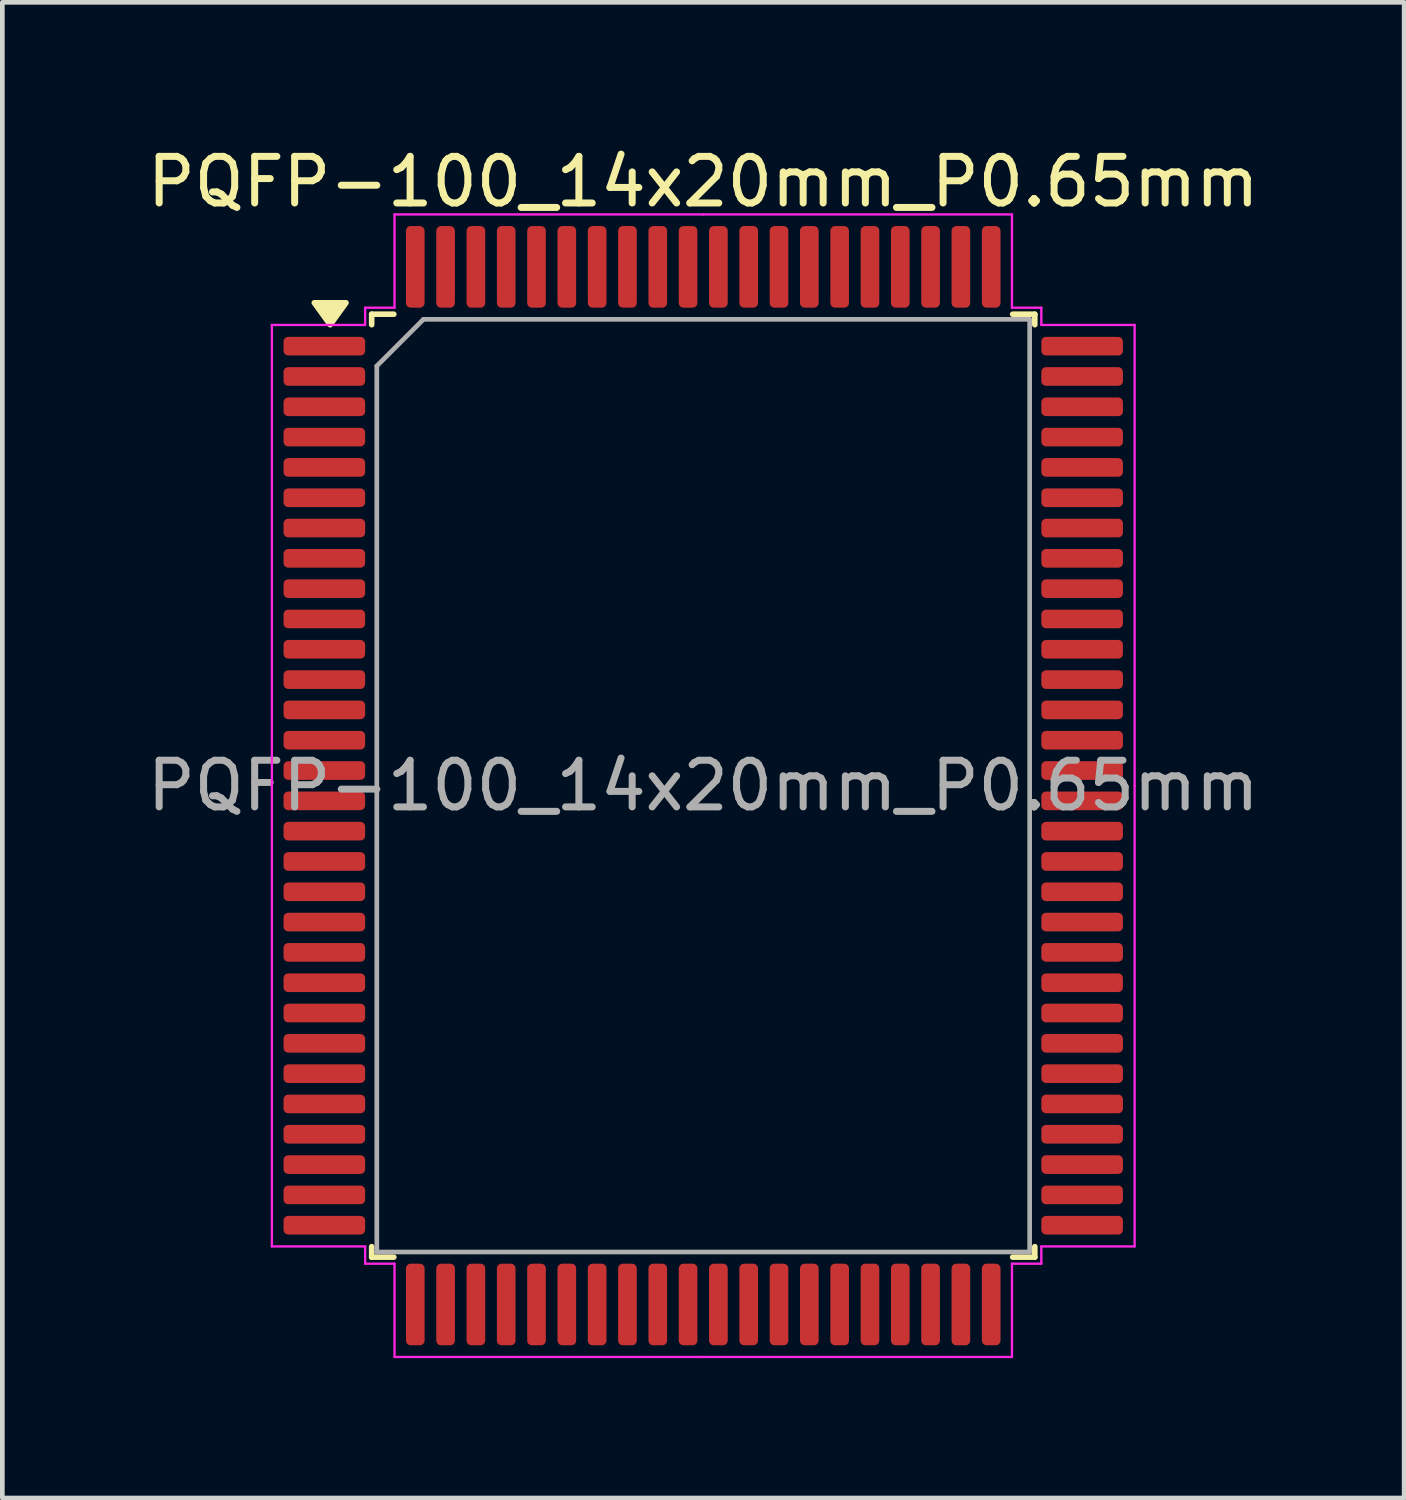
<source format=kicad_pcb>
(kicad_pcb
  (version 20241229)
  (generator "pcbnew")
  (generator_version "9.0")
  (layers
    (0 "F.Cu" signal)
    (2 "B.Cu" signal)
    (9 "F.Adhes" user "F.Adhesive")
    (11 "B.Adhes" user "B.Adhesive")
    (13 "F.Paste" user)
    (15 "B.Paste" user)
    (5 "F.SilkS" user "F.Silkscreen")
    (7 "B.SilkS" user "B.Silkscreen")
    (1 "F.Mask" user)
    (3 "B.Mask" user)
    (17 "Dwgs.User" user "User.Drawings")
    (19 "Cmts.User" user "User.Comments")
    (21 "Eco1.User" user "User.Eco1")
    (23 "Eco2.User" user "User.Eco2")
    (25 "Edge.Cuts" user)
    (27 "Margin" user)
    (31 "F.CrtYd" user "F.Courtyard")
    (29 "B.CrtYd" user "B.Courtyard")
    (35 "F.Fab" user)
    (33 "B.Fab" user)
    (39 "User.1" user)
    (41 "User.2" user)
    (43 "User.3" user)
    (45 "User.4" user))
  (footprint "PQFP-100_14x20mm_P0.65mm"
    (layer "F.Cu")
    (at 12.03 13.798)
    (property "Reference" "PQFP-100_14x20mm_P0.65mm" (at 0 -12.95 0) (layer "F.SilkS") (effects (font (size 1 1) (thickness 0.15))))
    (attr smd allow_soldermask_bridges)
    (fp_line (start -7.11 -10.11) (end -7.11 -9.885) (stroke (width 0.12) (type solid)) (layer "F.SilkS"))
    (fp_line (start -7.11 10.11) (end -7.11 9.885) (stroke (width 0.12) (type solid)) (layer "F.SilkS"))
    (fp_line (start -6.635 -10.11) (end -7.11 -10.11) (stroke (width 0.12) (type solid)) (layer "F.SilkS"))
    (fp_line (start -6.635 10.11) (end -7.11 10.11) (stroke (width 0.12) (type solid)) (layer "F.SilkS"))
    (fp_line (start 6.635 -10.11) (end 7.11 -10.11) (stroke (width 0.12) (type solid)) (layer "F.SilkS"))
    (fp_line (start 6.635 10.11) (end 7.11 10.11) (stroke (width 0.12) (type solid)) (layer "F.SilkS"))
    (fp_line (start 7.11 -10.11) (end 7.11 -9.885) (stroke (width 0.12) (type solid)) (layer "F.SilkS"))
    (fp_line (start 7.11 10.11) (end 7.11 9.885) (stroke (width 0.12) (type solid)) (layer "F.SilkS"))
    (fp_poly (pts (xy -8 -9.885) (xy -8.34 -10.355) (xy -7.66 -10.355) (xy -8 -9.885)) (stroke (width 0.12) (type solid)) (fill yes) (layer "F.SilkS"))
    (fp_line (start -9.25 -9.88) (end -9.25 0) (stroke (width 0.05) (type solid)) (layer "F.CrtYd"))
    (fp_line (start -9.25 9.88) (end -9.25 0) (stroke (width 0.05) (type solid)) (layer "F.CrtYd"))
    (fp_line (start -7.25 -10.25) (end -7.25 -9.88) (stroke (width 0.05) (type solid)) (layer "F.CrtYd"))
    (fp_line (start -7.25 -9.88) (end -9.25 -9.88) (stroke (width 0.05) (type solid)) (layer "F.CrtYd"))
    (fp_line (start -7.25 9.88) (end -9.25 9.88) (stroke (width 0.05) (type solid)) (layer "F.CrtYd"))
    (fp_line (start -7.25 10.25) (end -7.25 9.88) (stroke (width 0.05) (type solid)) (layer "F.CrtYd"))
    (fp_line (start -6.62 -12.25) (end -6.62 -10.25) (stroke (width 0.05) (type solid)) (layer "F.CrtYd"))
    (fp_line (start -6.62 -10.25) (end -7.25 -10.25) (stroke (width 0.05) (type solid)) (layer "F.CrtYd"))
    (fp_line (start -6.62 10.25) (end -7.25 10.25) (stroke (width 0.05) (type solid)) (layer "F.CrtYd"))
    (fp_line (start -6.62 12.25) (end -6.62 10.25) (stroke (width 0.05) (type solid)) (layer "F.CrtYd"))
    (fp_line (start 0 -12.25) (end -6.62 -12.25) (stroke (width 0.05) (type solid)) (layer "F.CrtYd"))
    (fp_line (start 0 -12.25) (end 6.62 -12.25) (stroke (width 0.05) (type solid)) (layer "F.CrtYd"))
    (fp_line (start 0 12.25) (end -6.62 12.25) (stroke (width 0.05) (type solid)) (layer "F.CrtYd"))
    (fp_line (start 0 12.25) (end 6.62 12.25) (stroke (width 0.05) (type solid)) (layer "F.CrtYd"))
    (fp_line (start 6.62 -12.25) (end 6.62 -10.25) (stroke (width 0.05) (type solid)) (layer "F.CrtYd"))
    (fp_line (start 6.62 -10.25) (end 7.25 -10.25) (stroke (width 0.05) (type solid)) (layer "F.CrtYd"))
    (fp_line (start 6.62 10.25) (end 7.25 10.25) (stroke (width 0.05) (type solid)) (layer "F.CrtYd"))
    (fp_line (start 6.62 12.25) (end 6.62 10.25) (stroke (width 0.05) (type solid)) (layer "F.CrtYd"))
    (fp_line (start 7.25 -10.25) (end 7.25 -9.88) (stroke (width 0.05) (type solid)) (layer "F.CrtYd"))
    (fp_line (start 7.25 -9.88) (end 9.25 -9.88) (stroke (width 0.05) (type solid)) (layer "F.CrtYd"))
    (fp_line (start 7.25 9.88) (end 9.25 9.88) (stroke (width 0.05) (type solid)) (layer "F.CrtYd"))
    (fp_line (start 7.25 10.25) (end 7.25 9.88) (stroke (width 0.05) (type solid)) (layer "F.CrtYd"))
    (fp_line (start 9.25 -9.88) (end 9.25 0) (stroke (width 0.05) (type solid)) (layer "F.CrtYd"))
    (fp_line (start 9.25 9.88) (end 9.25 0) (stroke (width 0.05) (type solid)) (layer "F.CrtYd"))
    (fp_line (start -7 -9) (end -6 -10) (stroke (width 0.1) (type solid)) (layer "F.Fab"))
    (fp_line (start -7 10) (end -7 -9) (stroke (width 0.1) (type solid)) (layer "F.Fab"))
    (fp_line (start -6 -10) (end 7 -10) (stroke (width 0.1) (type solid)) (layer "F.Fab"))
    (fp_line (start 7 -10) (end 7 10) (stroke (width 0.1) (type solid)) (layer "F.Fab"))
    (fp_line (start 7 10) (end -7 10) (stroke (width 0.1) (type solid)) (layer "F.Fab"))
    (fp_text user "${REFERENCE}" (at 0 0 0) (layer "F.Fab") (effects (font (size 1 1) (thickness 0.15))))
    (pad "1" smd roundrect (at -8.125 -9.425) (size 1.75 0.4) (layers "F.Cu" "F.Mask" "F.Paste") (roundrect_rratio 0.25))
    (pad "2" smd roundrect (at -8.125 -8.775) (size 1.75 0.4) (layers "F.Cu" "F.Mask" "F.Paste") (roundrect_rratio 0.25))
    (pad "3" smd roundrect (at -8.125 -8.125) (size 1.75 0.4) (layers "F.Cu" "F.Mask" "F.Paste") (roundrect_rratio 0.25))
    (pad "4" smd roundrect (at -8.125 -7.475) (size 1.75 0.4) (layers "F.Cu" "F.Mask" "F.Paste") (roundrect_rratio 0.25))
    (pad "5" smd roundrect (at -8.125 -6.825) (size 1.75 0.4) (layers "F.Cu" "F.Mask" "F.Paste") (roundrect_rratio 0.25))
    (pad "6" smd roundrect (at -8.125 -6.175) (size 1.75 0.4) (layers "F.Cu" "F.Mask" "F.Paste") (roundrect_rratio 0.25))
    (pad "7" smd roundrect (at -8.125 -5.525) (size 1.75 0.4) (layers "F.Cu" "F.Mask" "F.Paste") (roundrect_rratio 0.25))
    (pad "8" smd roundrect (at -8.125 -4.875) (size 1.75 0.4) (layers "F.Cu" "F.Mask" "F.Paste") (roundrect_rratio 0.25))
    (pad "9" smd roundrect (at -8.125 -4.225) (size 1.75 0.4) (layers "F.Cu" "F.Mask" "F.Paste") (roundrect_rratio 0.25))
    (pad "10" smd roundrect (at -8.125 -3.575) (size 1.75 0.4) (layers "F.Cu" "F.Mask" "F.Paste") (roundrect_rratio 0.25))
    (pad "11" smd roundrect (at -8.125 -2.925) (size 1.75 0.4) (layers "F.Cu" "F.Mask" "F.Paste") (roundrect_rratio 0.25))
    (pad "12" smd roundrect (at -8.125 -2.275) (size 1.75 0.4) (layers "F.Cu" "F.Mask" "F.Paste") (roundrect_rratio 0.25))
    (pad "13" smd roundrect (at -8.125 -1.625) (size 1.75 0.4) (layers "F.Cu" "F.Mask" "F.Paste") (roundrect_rratio 0.25))
    (pad "14" smd roundrect (at -8.125 -0.975) (size 1.75 0.4) (layers "F.Cu" "F.Mask" "F.Paste") (roundrect_rratio 0.25))
    (pad "15" smd roundrect (at -8.125 -0.325) (size 1.75 0.4) (layers "F.Cu" "F.Mask" "F.Paste") (roundrect_rratio 0.25))
    (pad "16" smd roundrect (at -8.125 0.325) (size 1.75 0.4) (layers "F.Cu" "F.Mask" "F.Paste") (roundrect_rratio 0.25))
    (pad "17" smd roundrect (at -8.125 0.975) (size 1.75 0.4) (layers "F.Cu" "F.Mask" "F.Paste") (roundrect_rratio 0.25))
    (pad "18" smd roundrect (at -8.125 1.625) (size 1.75 0.4) (layers "F.Cu" "F.Mask" "F.Paste") (roundrect_rratio 0.25))
    (pad "19" smd roundrect (at -8.125 2.275) (size 1.75 0.4) (layers "F.Cu" "F.Mask" "F.Paste") (roundrect_rratio 0.25))
    (pad "20" smd roundrect (at -8.125 2.925) (size 1.75 0.4) (layers "F.Cu" "F.Mask" "F.Paste") (roundrect_rratio 0.25))
    (pad "21" smd roundrect (at -8.125 3.575) (size 1.75 0.4) (layers "F.Cu" "F.Mask" "F.Paste") (roundrect_rratio 0.25))
    (pad "22" smd roundrect (at -8.125 4.225) (size 1.75 0.4) (layers "F.Cu" "F.Mask" "F.Paste") (roundrect_rratio 0.25))
    (pad "23" smd roundrect (at -8.125 4.875) (size 1.75 0.4) (layers "F.Cu" "F.Mask" "F.Paste") (roundrect_rratio 0.25))
    (pad "24" smd roundrect (at -8.125 5.525) (size 1.75 0.4) (layers "F.Cu" "F.Mask" "F.Paste") (roundrect_rratio 0.25))
    (pad "25" smd roundrect (at -8.125 6.175) (size 1.75 0.4) (layers "F.Cu" "F.Mask" "F.Paste") (roundrect_rratio 0.25))
    (pad "26" smd roundrect (at -8.125 6.825) (size 1.75 0.4) (layers "F.Cu" "F.Mask" "F.Paste") (roundrect_rratio 0.25))
    (pad "27" smd roundrect (at -8.125 7.475) (size 1.75 0.4) (layers "F.Cu" "F.Mask" "F.Paste") (roundrect_rratio 0.25))
    (pad "28" smd roundrect (at -8.125 8.125) (size 1.75 0.4) (layers "F.Cu" "F.Mask" "F.Paste") (roundrect_rratio 0.25))
    (pad "29" smd roundrect (at -8.125 8.775) (size 1.75 0.4) (layers "F.Cu" "F.Mask" "F.Paste") (roundrect_rratio 0.25))
    (pad "30" smd roundrect (at -8.125 9.425) (size 1.75 0.4) (layers "F.Cu" "F.Mask" "F.Paste") (roundrect_rratio 0.25))
    (pad "31" smd roundrect (at -6.175 11.125) (size 0.4 1.75) (layers "F.Cu" "F.Mask" "F.Paste") (roundrect_rratio 0.25))
    (pad "32" smd roundrect (at -5.525 11.125) (size 0.4 1.75) (layers "F.Cu" "F.Mask" "F.Paste") (roundrect_rratio 0.25))
    (pad "33" smd roundrect (at -4.875 11.125) (size 0.4 1.75) (layers "F.Cu" "F.Mask" "F.Paste") (roundrect_rratio 0.25))
    (pad "34" smd roundrect (at -4.225 11.125) (size 0.4 1.75) (layers "F.Cu" "F.Mask" "F.Paste") (roundrect_rratio 0.25))
    (pad "35" smd roundrect (at -3.575 11.125) (size 0.4 1.75) (layers "F.Cu" "F.Mask" "F.Paste") (roundrect_rratio 0.25))
    (pad "36" smd roundrect (at -2.925 11.125) (size 0.4 1.75) (layers "F.Cu" "F.Mask" "F.Paste") (roundrect_rratio 0.25))
    (pad "37" smd roundrect (at -2.275 11.125) (size 0.4 1.75) (layers "F.Cu" "F.Mask" "F.Paste") (roundrect_rratio 0.25))
    (pad "38" smd roundrect (at -1.625 11.125) (size 0.4 1.75) (layers "F.Cu" "F.Mask" "F.Paste") (roundrect_rratio 0.25))
    (pad "39" smd roundrect (at -0.975 11.125) (size 0.4 1.75) (layers "F.Cu" "F.Mask" "F.Paste") (roundrect_rratio 0.25))
    (pad "40" smd roundrect (at -0.325 11.125) (size 0.4 1.75) (layers "F.Cu" "F.Mask" "F.Paste") (roundrect_rratio 0.25))
    (pad "41" smd roundrect (at 0.325 11.125) (size 0.4 1.75) (layers "F.Cu" "F.Mask" "F.Paste") (roundrect_rratio 0.25))
    (pad "42" smd roundrect (at 0.975 11.125) (size 0.4 1.75) (layers "F.Cu" "F.Mask" "F.Paste") (roundrect_rratio 0.25))
    (pad "43" smd roundrect (at 1.625 11.125) (size 0.4 1.75) (layers "F.Cu" "F.Mask" "F.Paste") (roundrect_rratio 0.25))
    (pad "44" smd roundrect (at 2.275 11.125) (size 0.4 1.75) (layers "F.Cu" "F.Mask" "F.Paste") (roundrect_rratio 0.25))
    (pad "45" smd roundrect (at 2.925 11.125) (size 0.4 1.75) (layers "F.Cu" "F.Mask" "F.Paste") (roundrect_rratio 0.25))
    (pad "46" smd roundrect (at 3.575 11.125) (size 0.4 1.75) (layers "F.Cu" "F.Mask" "F.Paste") (roundrect_rratio 0.25))
    (pad "47" smd roundrect (at 4.225 11.125) (size 0.4 1.75) (layers "F.Cu" "F.Mask" "F.Paste") (roundrect_rratio 0.25))
    (pad "48" smd roundrect (at 4.875 11.125) (size 0.4 1.75) (layers "F.Cu" "F.Mask" "F.Paste") (roundrect_rratio 0.25))
    (pad "49" smd roundrect (at 5.525 11.125) (size 0.4 1.75) (layers "F.Cu" "F.Mask" "F.Paste") (roundrect_rratio 0.25))
    (pad "50" smd roundrect (at 6.175 11.125) (size 0.4 1.75) (layers "F.Cu" "F.Mask" "F.Paste") (roundrect_rratio 0.25))
    (pad "51" smd roundrect (at 8.125 9.425) (size 1.75 0.4) (layers "F.Cu" "F.Mask" "F.Paste") (roundrect_rratio 0.25))
    (pad "52" smd roundrect (at 8.125 8.775) (size 1.75 0.4) (layers "F.Cu" "F.Mask" "F.Paste") (roundrect_rratio 0.25))
    (pad "53" smd roundrect (at 8.125 8.125) (size 1.75 0.4) (layers "F.Cu" "F.Mask" "F.Paste") (roundrect_rratio 0.25))
    (pad "54" smd roundrect (at 8.125 7.475) (size 1.75 0.4) (layers "F.Cu" "F.Mask" "F.Paste") (roundrect_rratio 0.25))
    (pad "55" smd roundrect (at 8.125 6.825) (size 1.75 0.4) (layers "F.Cu" "F.Mask" "F.Paste") (roundrect_rratio 0.25))
    (pad "56" smd roundrect (at 8.125 6.175) (size 1.75 0.4) (layers "F.Cu" "F.Mask" "F.Paste") (roundrect_rratio 0.25))
    (pad "57" smd roundrect (at 8.125 5.525) (size 1.75 0.4) (layers "F.Cu" "F.Mask" "F.Paste") (roundrect_rratio 0.25))
    (pad "58" smd roundrect (at 8.125 4.875) (size 1.75 0.4) (layers "F.Cu" "F.Mask" "F.Paste") (roundrect_rratio 0.25))
    (pad "59" smd roundrect (at 8.125 4.225) (size 1.75 0.4) (layers "F.Cu" "F.Mask" "F.Paste") (roundrect_rratio 0.25))
    (pad "60" smd roundrect (at 8.125 3.575) (size 1.75 0.4) (layers "F.Cu" "F.Mask" "F.Paste") (roundrect_rratio 0.25))
    (pad "61" smd roundrect (at 8.125 2.925) (size 1.75 0.4) (layers "F.Cu" "F.Mask" "F.Paste") (roundrect_rratio 0.25))
    (pad "62" smd roundrect (at 8.125 2.275) (size 1.75 0.4) (layers "F.Cu" "F.Mask" "F.Paste") (roundrect_rratio 0.25))
    (pad "63" smd roundrect (at 8.125 1.625) (size 1.75 0.4) (layers "F.Cu" "F.Mask" "F.Paste") (roundrect_rratio 0.25))
    (pad "64" smd roundrect (at 8.125 0.975) (size 1.75 0.4) (layers "F.Cu" "F.Mask" "F.Paste") (roundrect_rratio 0.25))
    (pad "65" smd roundrect (at 8.125 0.325) (size 1.75 0.4) (layers "F.Cu" "F.Mask" "F.Paste") (roundrect_rratio 0.25))
    (pad "66" smd roundrect (at 8.125 -0.325) (size 1.75 0.4) (layers "F.Cu" "F.Mask" "F.Paste") (roundrect_rratio 0.25))
    (pad "67" smd roundrect (at 8.125 -0.975) (size 1.75 0.4) (layers "F.Cu" "F.Mask" "F.Paste") (roundrect_rratio 0.25))
    (pad "68" smd roundrect (at 8.125 -1.625) (size 1.75 0.4) (layers "F.Cu" "F.Mask" "F.Paste") (roundrect_rratio 0.25))
    (pad "69" smd roundrect (at 8.125 -2.275) (size 1.75 0.4) (layers "F.Cu" "F.Mask" "F.Paste") (roundrect_rratio 0.25))
    (pad "70" smd roundrect (at 8.125 -2.925) (size 1.75 0.4) (layers "F.Cu" "F.Mask" "F.Paste") (roundrect_rratio 0.25))
    (pad "71" smd roundrect (at 8.125 -3.575) (size 1.75 0.4) (layers "F.Cu" "F.Mask" "F.Paste") (roundrect_rratio 0.25))
    (pad "72" smd roundrect (at 8.125 -4.225) (size 1.75 0.4) (layers "F.Cu" "F.Mask" "F.Paste") (roundrect_rratio 0.25))
    (pad "73" smd roundrect (at 8.125 -4.875) (size 1.75 0.4) (layers "F.Cu" "F.Mask" "F.Paste") (roundrect_rratio 0.25))
    (pad "74" smd roundrect (at 8.125 -5.525) (size 1.75 0.4) (layers "F.Cu" "F.Mask" "F.Paste") (roundrect_rratio 0.25))
    (pad "75" smd roundrect (at 8.125 -6.175) (size 1.75 0.4) (layers "F.Cu" "F.Mask" "F.Paste") (roundrect_rratio 0.25))
    (pad "76" smd roundrect (at 8.125 -6.825) (size 1.75 0.4) (layers "F.Cu" "F.Mask" "F.Paste") (roundrect_rratio 0.25))
    (pad "77" smd roundrect (at 8.125 -7.475) (size 1.75 0.4) (layers "F.Cu" "F.Mask" "F.Paste") (roundrect_rratio 0.25))
    (pad "78" smd roundrect (at 8.125 -8.125) (size 1.75 0.4) (layers "F.Cu" "F.Mask" "F.Paste") (roundrect_rratio 0.25))
    (pad "79" smd roundrect (at 8.125 -8.775) (size 1.75 0.4) (layers "F.Cu" "F.Mask" "F.Paste") (roundrect_rratio 0.25))
    (pad "80" smd roundrect (at 8.125 -9.425) (size 1.75 0.4) (layers "F.Cu" "F.Mask" "F.Paste") (roundrect_rratio 0.25))
    (pad "81" smd roundrect (at 6.175 -11.125) (size 0.4 1.75) (layers "F.Cu" "F.Mask" "F.Paste") (roundrect_rratio 0.25))
    (pad "82" smd roundrect (at 5.525 -11.125) (size 0.4 1.75) (layers "F.Cu" "F.Mask" "F.Paste") (roundrect_rratio 0.25))
    (pad "83" smd roundrect (at 4.875 -11.125) (size 0.4 1.75) (layers "F.Cu" "F.Mask" "F.Paste") (roundrect_rratio 0.25))
    (pad "84" smd roundrect (at 4.225 -11.125) (size 0.4 1.75) (layers "F.Cu" "F.Mask" "F.Paste") (roundrect_rratio 0.25))
    (pad "85" smd roundrect (at 3.575 -11.125) (size 0.4 1.75) (layers "F.Cu" "F.Mask" "F.Paste") (roundrect_rratio 0.25))
    (pad "86" smd roundrect (at 2.925 -11.125) (size 0.4 1.75) (layers "F.Cu" "F.Mask" "F.Paste") (roundrect_rratio 0.25))
    (pad "87" smd roundrect (at 2.275 -11.125) (size 0.4 1.75) (layers "F.Cu" "F.Mask" "F.Paste") (roundrect_rratio 0.25))
    (pad "88" smd roundrect (at 1.625 -11.125) (size 0.4 1.75) (layers "F.Cu" "F.Mask" "F.Paste") (roundrect_rratio 0.25))
    (pad "89" smd roundrect (at 0.975 -11.125) (size 0.4 1.75) (layers "F.Cu" "F.Mask" "F.Paste") (roundrect_rratio 0.25))
    (pad "90" smd roundrect (at 0.325 -11.125) (size 0.4 1.75) (layers "F.Cu" "F.Mask" "F.Paste") (roundrect_rratio 0.25))
    (pad "91" smd roundrect (at -0.325 -11.125) (size 0.4 1.75) (layers "F.Cu" "F.Mask" "F.Paste") (roundrect_rratio 0.25))
    (pad "92" smd roundrect (at -0.975 -11.125) (size 0.4 1.75) (layers "F.Cu" "F.Mask" "F.Paste") (roundrect_rratio 0.25))
    (pad "93" smd roundrect (at -1.625 -11.125) (size 0.4 1.75) (layers "F.Cu" "F.Mask" "F.Paste") (roundrect_rratio 0.25))
    (pad "94" smd roundrect (at -2.275 -11.125) (size 0.4 1.75) (layers "F.Cu" "F.Mask" "F.Paste") (roundrect_rratio 0.25))
    (pad "95" smd roundrect (at -2.925 -11.125) (size 0.4 1.75) (layers "F.Cu" "F.Mask" "F.Paste") (roundrect_rratio 0.25))
    (pad "96" smd roundrect (at -3.575 -11.125) (size 0.4 1.75) (layers "F.Cu" "F.Mask" "F.Paste") (roundrect_rratio 0.25))
    (pad "97" smd roundrect (at -4.225 -11.125) (size 0.4 1.75) (layers "F.Cu" "F.Mask" "F.Paste") (roundrect_rratio 0.25))
    (pad "98" smd roundrect (at -4.875 -11.125) (size 0.4 1.75) (layers "F.Cu" "F.Mask" "F.Paste") (roundrect_rratio 0.25))
    (pad "99" smd roundrect (at -5.525 -11.125) (size 0.4 1.75) (layers "F.Cu" "F.Mask" "F.Paste") (roundrect_rratio 0.25))
    (pad "100" smd roundrect (at -6.175 -11.125) (size 0.4 1.75) (layers "F.Cu" "F.Mask" "F.Paste") (roundrect_rratio 0.25)))
  (gr_rect
    (start -3 -3)
    (end 27.06 29.073)
    (stroke (width 0.1) (type default))
    (fill no)
    (layer "Edge.Cuts")))
</source>
